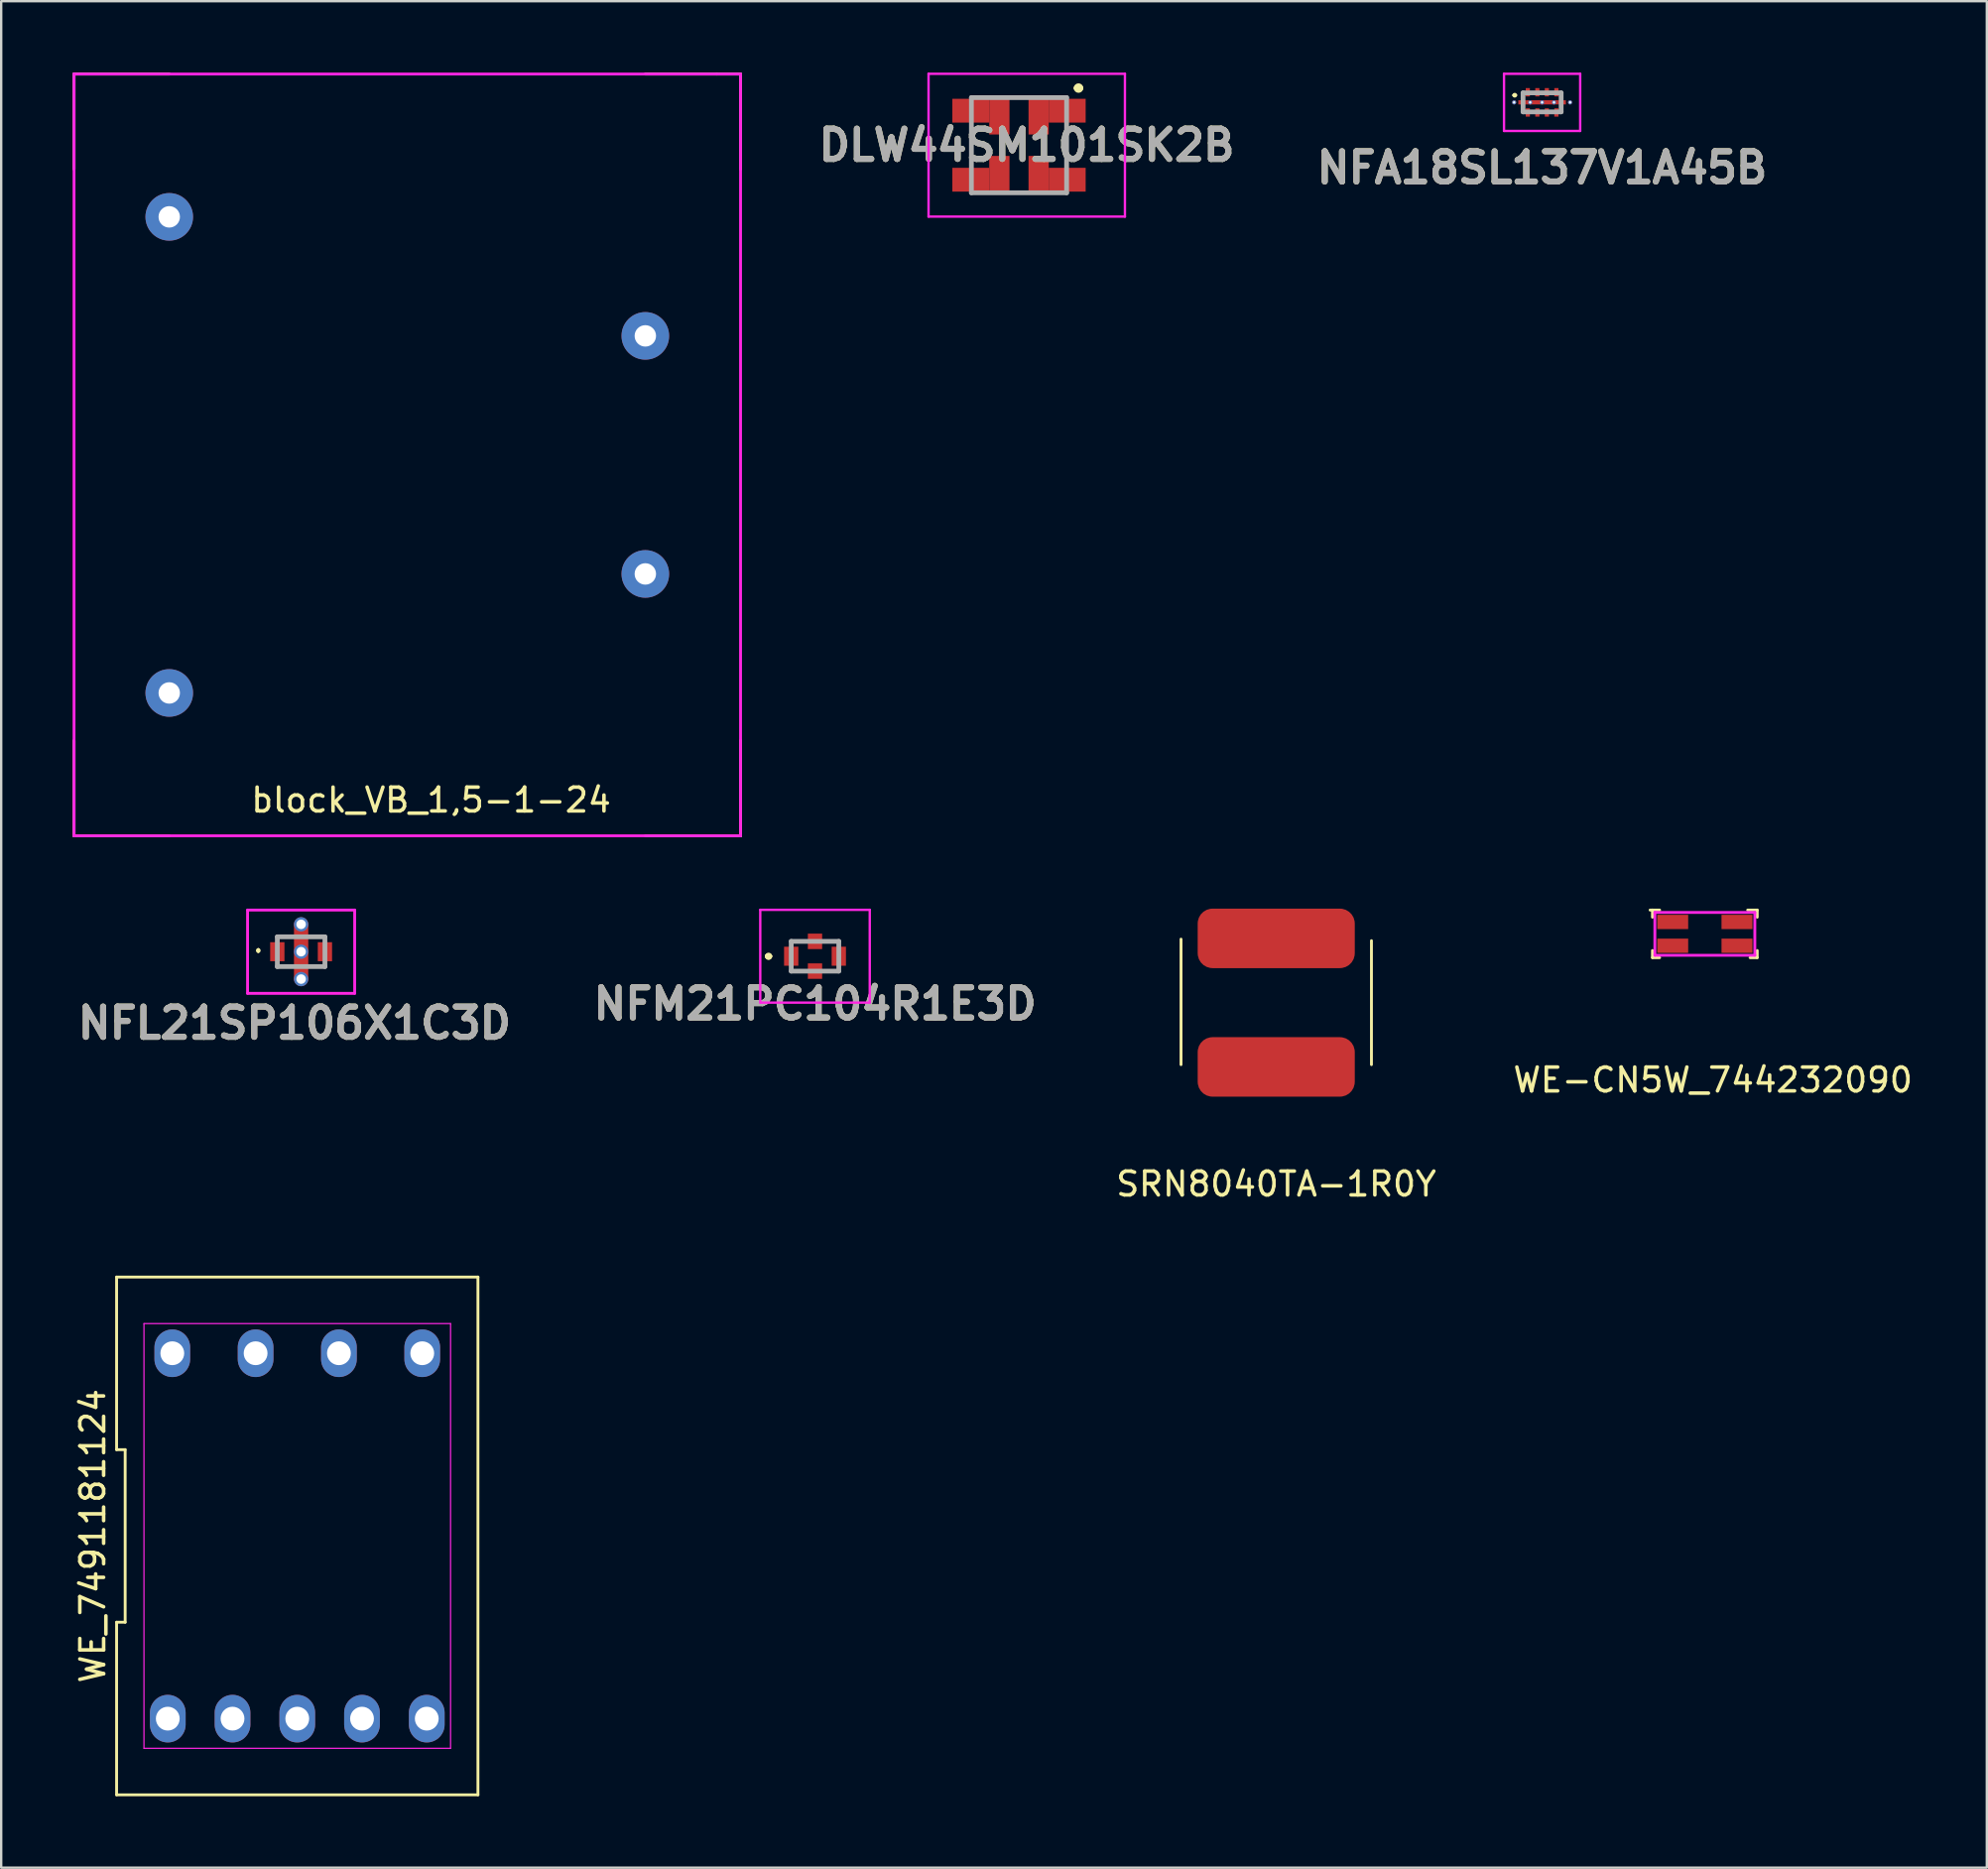
<source format=kicad_pcb>
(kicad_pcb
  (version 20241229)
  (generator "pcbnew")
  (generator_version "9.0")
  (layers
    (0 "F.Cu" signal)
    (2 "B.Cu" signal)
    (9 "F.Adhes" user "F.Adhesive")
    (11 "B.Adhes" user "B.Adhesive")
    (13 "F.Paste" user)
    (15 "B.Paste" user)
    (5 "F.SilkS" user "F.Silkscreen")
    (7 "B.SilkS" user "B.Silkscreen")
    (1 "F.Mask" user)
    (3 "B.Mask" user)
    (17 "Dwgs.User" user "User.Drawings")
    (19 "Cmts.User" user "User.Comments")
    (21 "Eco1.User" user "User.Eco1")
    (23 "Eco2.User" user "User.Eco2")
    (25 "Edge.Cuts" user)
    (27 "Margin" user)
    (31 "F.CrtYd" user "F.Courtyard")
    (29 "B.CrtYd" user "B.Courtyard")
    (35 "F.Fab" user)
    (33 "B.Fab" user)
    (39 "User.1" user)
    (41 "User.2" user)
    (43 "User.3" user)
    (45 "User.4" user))
  (footprint "WE_7491181124"
    (layer "F.Cu")
    (at 9.438 61.473)
    (property "Reference" "WE_7491181124" (at -8.59 0 90) (layer "F.SilkS") (effects (font (size 1 1) (thickness 0.15))))
    (attr through_hole)
    (fp_line (start -7.59 -3.625) (end -7.23 -3.625) (stroke (width 0.12) (type solid)) (layer "F.SilkS"))
    (fp_line (start -7.59 3.625) (end -7.59 10.875) (stroke (width 0.12) (type solid)) (layer "F.SilkS"))
    (fp_line (start -7.59 10.875) (end 7.59 10.875) (stroke (width 0.12) (type solid)) (layer "F.SilkS"))
    (fp_line (start -7.59 -10.875) (end -7.59 -3.625) (stroke (width 0.12) (type solid)) (layer "F.SilkS"))
    (fp_line (start -7.23 -3.625) (end -7.23 3.625) (stroke (width 0.12) (type solid)) (layer "F.SilkS"))
    (fp_line (start -7.23 3.625) (end -7.59 3.625) (stroke (width 0.12) (type solid)) (layer "F.SilkS"))
    (fp_line (start 7.59 10.875) (end 7.59 -10.875) (stroke (width 0.12) (type solid)) (layer "F.SilkS"))
    (fp_line (start 7.59 -10.875) (end -7.59 -10.875) (stroke (width 0.12) (type solid)) (layer "F.SilkS"))
    (fp_line (start -6.44 -8.92) (end 6.44 -8.92) (stroke (width 0.05) (type solid)) (layer "F.CrtYd"))
    (fp_line (start -6.44 8.92) (end -6.44 -8.92) (stroke (width 0.05) (type solid)) (layer "F.CrtYd"))
    (fp_line (start 6.44 -8.92) (end 6.44 8.92) (stroke (width 0.05) (type solid)) (layer "F.CrtYd"))
    (fp_line (start 6.44 8.92) (end -6.44 8.92) (stroke (width 0.05) (type solid)) (layer "F.CrtYd"))
    (pad "1" thru_hole oval (at -5.44 7.675) (size 1.5 2) (drill 1) (layers "*.Cu" "*.Mask"))
    (pad "2" thru_hole oval (at -2.72 7.675) (size 1.5 2) (drill 1) (layers "*.Cu" "*.Mask"))
    (pad "3" thru_hole oval (at 0 7.675) (size 1.5 2) (drill 1) (layers "*.Cu" "*.Mask"))
    (pad "4" thru_hole oval (at 2.72 7.675) (size 1.5 2) (drill 1) (layers "*.Cu" "*.Mask"))
    (pad "5" thru_hole oval (at 5.44 7.675) (size 1.5 2) (drill 1) (layers "*.Cu" "*.Mask"))
    (pad "6" thru_hole oval (at 5.25 -7.675) (size 1.5 2) (drill 1) (layers "*.Cu" "*.Mask"))
    (pad "7" thru_hole oval (at 1.75 -7.675) (size 1.5 2) (drill 1) (layers "*.Cu" "*.Mask"))
    (pad "8" thru_hole oval (at -1.75 -7.675) (size 1.5 2) (drill 1) (layers "*.Cu" "*.Mask"))
    (pad "9" thru_hole oval (at -5.25 -7.675) (size 1.5 2) (drill 1) (layers "*.Cu" "*.Mask")))
  (footprint "DLW44SM101SK2B"
    (layer "F.Cu")
    (at 39.758 3.05)
    (property "Reference" "DLW44SM101SK2B" (at 0.325 0 0) (layer "F.SilkS") (effects (font (size 1.27 1.27) (thickness 0.254))))
    (attr smd)
    (fp_line (start -2 -0.6) (end -2 0.6) (stroke (width 0.1) (type solid)) (layer "F.SilkS"))
    (fp_line (start -2 0.6) (end -2 0.6) (stroke (width 0.1) (type solid)) (layer "F.SilkS"))
    (fp_line (start 2 -0.6) (end 2 0.6) (stroke (width 0.1) (type solid)) (layer "F.SilkS"))
    (fp_line (start 2.4 -2.4) (end 2.4 -2.4) (stroke (width 0.2) (type solid)) (layer "F.SilkS"))
    (fp_line (start 2.6 -2.4) (end 2.6 -2.4) (stroke (width 0.2) (type solid)) (layer "F.SilkS"))
    (fp_arc (start 2.4 -2.4) (mid 2.5 -2.5) (end 2.6 -2.4) (stroke (width 0.2) (type solid)) (layer "F.SilkS"))
    (fp_arc (start 2.6 -2.4) (mid 2.5 -2.3) (end 2.4 -2.4) (stroke (width 0.2) (type solid)) (layer "F.SilkS"))
    (fp_line (start -3.8 -3) (end 4.45 -3) (stroke (width 0.1) (type solid)) (layer "F.CrtYd"))
    (fp_line (start -3.8 3) (end -3.8 -3) (stroke (width 0.1) (type solid)) (layer "F.CrtYd"))
    (fp_line (start 4.45 -3) (end 4.45 3) (stroke (width 0.1) (type solid)) (layer "F.CrtYd"))
    (fp_line (start 4.45 3) (end -3.8 3) (stroke (width 0.1) (type solid)) (layer "F.CrtYd"))
    (fp_line (start -2 -2) (end 2 -2) (stroke (width 0.2) (type solid)) (layer "F.Fab"))
    (fp_line (start -2 2) (end -2 -2) (stroke (width 0.2) (type solid)) (layer "F.Fab"))
    (fp_line (start 2 -2) (end 2 2) (stroke (width 0.2) (type solid)) (layer "F.Fab"))
    (fp_line (start 2 2) (end -2 2) (stroke (width 0.2) (type solid)) (layer "F.Fab"))
    (fp_text user "${REFERENCE}" (at 0.325 0 0) (layer "F.Fab") (effects (font (size 1.27 1.27) (thickness 0.254))))
    (pad "1" smd rect (at 0.825 -1.2) (size 0.85 1.5) (layers "F.Cu" "F.Mask" "F.Paste"))
    (pad "1" smd rect (at 2.025 -1.45 90) (size 1 1.55) (layers "F.Cu" "F.Mask" "F.Paste"))
    (pad "2" smd rect (at -2.025 -1.45 90) (size 1 1.55) (layers "F.Cu" "F.Mask" "F.Paste"))
    (pad "2" smd rect (at -0.825 -1.2) (size 0.85 1.5) (layers "F.Cu" "F.Mask" "F.Paste"))
    (pad "3" smd rect (at -2.025 1.45 90) (size 1 1.55) (layers "F.Cu" "F.Mask" "F.Paste"))
    (pad "3" smd rect (at -0.825 1.2) (size 0.85 1.5) (layers "F.Cu" "F.Mask" "F.Paste"))
    (pad "4" smd rect (at 0.825 1.2) (size 0.85 1.5) (layers "F.Cu" "F.Mask" "F.Paste"))
    (pad "4" smd rect (at 2.025 1.45 90) (size 1 1.55) (layers "F.Cu" "F.Mask" "F.Paste")))
  (footprint "block_VB_1,5-1-24"
    (layer "F.Cu")
    (at 14.06 16.06)
    (property "Reference" "block_VB_1,5-1-24" (at 1 14.5 0) (layer "F.SilkS") (effects (font (size 1 1) (thickness 0.15))))
    (attr through_hole)
    (fp_line (start -14 -16) (end -14 -12) (stroke (width 0.12) (type solid)) (layer "F.SilkS"))
    (fp_line (start -14 -16) (end -10 -16) (stroke (width 0.12) (type solid)) (layer "F.SilkS"))
    (fp_line (start -14 16) (end -14 12) (stroke (width 0.12) (type solid)) (layer "F.SilkS"))
    (fp_line (start -14 16) (end -10 16) (stroke (width 0.12) (type solid)) (layer "F.SilkS"))
    (fp_line (start 13 -16) (end 10 -16) (stroke (width 0.12) (type solid)) (layer "F.SilkS"))
    (fp_line (start 14 -16) (end 13 -16) (stroke (width 0.12) (type solid)) (layer "F.SilkS"))
    (fp_line (start 14 -16) (end 14 -12) (stroke (width 0.12) (type solid)) (layer "F.SilkS"))
    (fp_line (start 14 16) (end 10 16) (stroke (width 0.12) (type solid)) (layer "F.SilkS"))
    (fp_line (start 14 16) (end 14 12) (stroke (width 0.12) (type solid)) (layer "F.SilkS"))
    (fp_line (start -14 -16) (end 14 -16) (stroke (width 0.12) (type solid)) (layer "F.CrtYd"))
    (fp_line (start -14 16) (end -14 -16) (stroke (width 0.12) (type solid)) (layer "F.CrtYd"))
    (fp_line (start 14 -16) (end 14 16) (stroke (width 0.12) (type solid)) (layer "F.CrtYd"))
    (fp_line (start 14 16) (end -14 16) (stroke (width 0.12) (type solid)) (layer "F.CrtYd"))
    (pad "1" thru_hole circle (at -10 -10) (size 2 2) (drill 0.9) (layers "*.Cu" "*.Mask"))
    (pad "2" thru_hole circle (at -10 10) (size 2 2) (drill 0.9) (layers "*.Cu" "*.Mask"))
    (pad "3" thru_hole circle (at 10 -5) (size 2 2) (drill 0.9) (layers "*.Cu" "*.Mask"))
    (pad "4" thru_hole circle (at 10 5) (size 2 2) (drill 0.9) (layers "*.Cu" "*.Mask")))
  (footprint "SRN8040TA-1R0Y"
    (layer "F.Cu")
    (at 50.564 39.07)
    (property "Reference" "SRN8040TA-1R0Y" (at 0 7.62 0) (layer "F.SilkS") (effects (font (size 1 1) (thickness 0.15))))
    (attr through_hole)
    (fp_line (start -4 2.603) (end -4 -2.667) (stroke (width 0.12) (type solid)) (layer "F.SilkS"))
    (fp_line (start 4 2.603) (end 4 -2.603) (stroke (width 0.12) (type solid)) (layer "F.SilkS"))
    (pad "1" smd roundrect (at 0 -2.7) (size 6.6 2.5) (layers "F.Cu" "F.Mask" "F.Paste") (roundrect_rratio 0.25))
    (pad "2" smd roundrect (at 0 2.7) (size 6.6 2.5) (layers "F.Cu" "F.Mask" "F.Paste") (roundrect_rratio 0.25)))
  (footprint "NFL21SP106X1C3D"
    (layer "F.Cu")
    (at 9.6 36.93)
    (property "Reference" "NFL21SP106X1C3D" (at -0.275 3 0) (layer "F.SilkS") (effects (font (size 1.27 1.27) (thickness 0.254))))
    (attr through_hole)
    (fp_line (start -1.8 -0.1) (end -1.8 -0.1) (stroke (width 0.1) (type solid)) (layer "F.SilkS"))
    (fp_line (start -1.8 0) (end -1.8 0) (stroke (width 0.1) (type solid)) (layer "F.SilkS"))
    (fp_line (start -1 0.6) (end -0.6 0.6) (stroke (width 0.1) (type solid)) (layer "F.SilkS"))
    (fp_line (start -0.6 -0.625) (end -1 -0.625) (stroke (width 0.1) (type solid)) (layer "F.SilkS"))
    (fp_line (start 0.6 -0.625) (end 1 -0.625) (stroke (width 0.1) (type solid)) (layer "F.SilkS"))
    (fp_line (start 0.6 0.625) (end 1 0.625) (stroke (width 0.1) (type solid)) (layer "F.SilkS"))
    (fp_arc (start -1.8 -0.1) (mid -1.75 -0.05) (end -1.8 0) (stroke (width 0.1) (type solid)) (layer "F.SilkS"))
    (fp_arc (start -1.8 0) (mid -1.85 -0.05) (end -1.8 -0.1) (stroke (width 0.1) (type solid)) (layer "F.SilkS"))
    (fp_line (start -2.25 -1.75) (end 2.25 -1.75) (stroke (width 0.12) (type solid)) (layer "F.CrtYd"))
    (fp_line (start -2.25 1.75) (end -2.25 -1.75) (stroke (width 0.12) (type solid)) (layer "F.CrtYd"))
    (fp_line (start 2.25 -1.75) (end 2.25 1.75) (stroke (width 0.12) (type solid)) (layer "F.CrtYd"))
    (fp_line (start 2.25 1.75) (end -2.25 1.75) (stroke (width 0.12) (type solid)) (layer "F.CrtYd"))
    (fp_line (start -1 -0.625) (end 1 -0.625) (stroke (width 0.2) (type solid)) (layer "F.Fab"))
    (fp_line (start -1 0.625) (end -1 -0.625) (stroke (width 0.2) (type solid)) (layer "F.Fab"))
    (fp_line (start 1 -0.625) (end 1 0.625) (stroke (width 0.2) (type solid)) (layer "F.Fab"))
    (fp_line (start 1 0.625) (end -1 0.625) (stroke (width 0.2) (type solid)) (layer "F.Fab"))
    (fp_text user "${REFERENCE}" (at -0.275 3 0) (layer "F.Fab") (effects (font (size 1.27 1.27) (thickness 0.254))))
    (pad "1" smd rect (at -1 0) (size 0.6 0.8) (layers "F.Cu" "F.Mask" "F.Paste"))
    (pad "2" thru_hole circle (at 0 -1.15) (size 0.6 0.6) (drill 0.4) (layers "*.Cu" "*.Mask"))
    (pad "2" thru_hole circle (at 0 0) (size 0.6 0.6) (drill 0.4) (layers "*.Cu" "*.Mask"))
    (pad "2" smd rect (at 0 0) (size 0.6 2.4) (layers "F.Cu" "F.Mask" "F.Paste"))
    (pad "2" thru_hole circle (at 0 1.15) (size 0.6 0.6) (drill 0.4) (layers "*.Cu" "*.Mask"))
    (pad "3" smd rect (at 1 0) (size 0.6 0.8) (layers "F.Cu" "F.Mask" "F.Paste")))
  (footprint "NFM21PC104R1E3D"
    (layer "F.Cu")
    (at 31.188 37.12)
    (property "Reference" "NFM21PC104R1E3D" (at 0 2 0) (layer "F.SilkS") (effects (font (size 1.27 1.27) (thickness 0.254))))
    (attr smd)
    (fp_line (start -2 0) (end -2 0) (stroke (width 0.2) (type solid)) (layer "F.SilkS"))
    (fp_line (start -2 0) (end -2 0) (stroke (width 0.2) (type solid)) (layer "F.SilkS"))
    (fp_line (start -1.9 0) (end -1.9 0) (stroke (width 0.2) (type solid)) (layer "F.SilkS"))
    (fp_arc (start -2 0) (mid -1.95 -0.05) (end -1.9 0) (stroke (width 0.2) (type solid)) (layer "F.SilkS"))
    (fp_arc (start -1.9 0) (mid -1.95 0.05) (end -2 0) (stroke (width 0.2) (type solid)) (layer "F.SilkS"))
    (fp_arc (start -1.9 0) (mid -1.95 0.05) (end -2 0) (stroke (width 0.2) (type solid)) (layer "F.SilkS"))
    (fp_line (start -2.3 -1.95) (end 2.3 -1.95) (stroke (width 0.1) (type solid)) (layer "F.CrtYd"))
    (fp_line (start -2.3 1.95) (end -2.3 -1.95) (stroke (width 0.1) (type solid)) (layer "F.CrtYd"))
    (fp_line (start 2.3 -1.95) (end 2.3 1.95) (stroke (width 0.1) (type solid)) (layer "F.CrtYd"))
    (fp_line (start 2.3 1.95) (end -2.3 1.95) (stroke (width 0.1) (type solid)) (layer "F.CrtYd"))
    (fp_line (start -1 -0.625) (end -1 0.625) (stroke (width 0.2) (type solid)) (layer "F.Fab"))
    (fp_line (start -1 0.625) (end 1 0.625) (stroke (width 0.2) (type solid)) (layer "F.Fab"))
    (fp_line (start 1 -0.625) (end -1 -0.625) (stroke (width 0.2) (type solid)) (layer "F.Fab"))
    (fp_line (start 1 0.625) (end 1 -0.625) (stroke (width 0.2) (type solid)) (layer "F.Fab"))
    (fp_text user "${REFERENCE}" (at 0 2 0) (layer "F.Fab") (effects (font (size 1.27 1.27) (thickness 0.254))))
    (pad "1" smd rect (at -1 0) (size 0.6 0.8) (layers "F.Cu" "F.Mask" "F.Paste"))
    (pad "2" smd rect (at 0 -0.625) (size 0.6 0.65) (layers "F.Cu" "F.Mask" "F.Paste"))
    (pad "2" smd rect (at 0 0.625) (size 0.6 0.65) (layers "F.Cu" "F.Mask" "F.Paste"))
    (pad "3" smd rect (at 1 0) (size 0.6 0.8) (layers "F.Cu" "F.Mask" "F.Paste")))
  (footprint "WE-CN5W_744232090"
    (layer "F.Cu")
    (at 68.57 36.18)
    (property "Reference" "WE-CN5W_744232090" (at 0.34 6.14 0) (layer "F.SilkS") (effects (font (size 1 1) (thickness 0.15))))
    (attr through_hole)
    (fp_line (start -2.3 -1) (end -2.2 -1) (stroke (width 0.12) (type solid)) (layer "F.SilkS"))
    (fp_line (start -2.2 -1) (end -1.9 -1) (stroke (width 0.12) (type solid)) (layer "F.SilkS"))
    (fp_line (start -2.2 -0.7) (end -2.2 -1) (stroke (width 0.12) (type solid)) (layer "F.SilkS"))
    (fp_line (start -2.2 0.7) (end -2.2 1) (stroke (width 0.12) (type solid)) (layer "F.SilkS"))
    (fp_line (start -2.2 1) (end -1.9 1) (stroke (width 0.12) (type solid)) (layer "F.SilkS"))
    (fp_line (start 1.8 -1) (end 2.2 -1) (stroke (width 0.12) (type solid)) (layer "F.SilkS"))
    (fp_line (start 1.9 1) (end 2.2 1) (stroke (width 0.12) (type solid)) (layer "F.SilkS"))
    (fp_line (start 2.2 -1) (end 2.2 -0.7) (stroke (width 0.12) (type solid)) (layer "F.SilkS"))
    (fp_line (start 2.2 1) (end 2.2 0.7) (stroke (width 0.12) (type solid)) (layer "F.SilkS"))
    (fp_line (start -2.1 -0.9) (end 2.1 -0.9) (stroke (width 0.12) (type solid)) (layer "F.CrtYd"))
    (fp_line (start -2.1 0.9) (end -2.1 -0.9) (stroke (width 0.12) (type solid)) (layer "F.CrtYd"))
    (fp_line (start 2.1 -0.9) (end 2.1 0.9) (stroke (width 0.12) (type solid)) (layer "F.CrtYd"))
    (fp_line (start 2.1 0.9) (end -2.1 0.9) (stroke (width 0.12) (type solid)) (layer "F.CrtYd"))
    (pad "1" smd rect (at -1.35 -0.5) (size 1.3 0.6) (layers "F.Cu" "F.Mask" "F.Paste"))
    (pad "2" smd rect (at 1.35 -0.5) (size 1.3 0.6) (layers "F.Cu" "F.Mask" "F.Paste"))
    (pad "3" smd rect (at -1.35 0.5) (size 1.3 0.6) (layers "F.Cu" "F.Mask" "F.Paste"))
    (pad "4" smd rect (at 1.35 0.5) (size 1.3 0.6) (layers "F.Cu" "F.Mask" "F.Paste")))
  (footprint "NFA18SL137V1A45B"
    (layer "F.Cu")
    (at 61.733 1.25)
    (property "Reference" "NFA18SL137V1A45B" (at 0 2.75 0) (layer "F.SilkS") (effects (font (size 1.27 1.27) (thickness 0.254))))
    (attr through_hole)
    (fp_line (start -1.2 -0.3) (end -1.2 -0.3) (stroke (width 0.1) (type solid)) (layer "F.SilkS"))
    (fp_line (start -1.1 -0.3) (end -1.1 -0.3) (stroke (width 0.1) (type solid)) (layer "F.SilkS"))
    (fp_arc (start -1.2 -0.3) (mid -1.15 -0.35) (end -1.1 -0.3) (stroke (width 0.1) (type solid)) (layer "F.SilkS"))
    (fp_arc (start -1.1 -0.3) (mid -1.15 -0.25) (end -1.2 -0.3) (stroke (width 0.1) (type solid)) (layer "F.SilkS"))
    (fp_line (start -1.6 -1.2) (end 1.6 -1.2) (stroke (width 0.1) (type solid)) (layer "F.CrtYd"))
    (fp_line (start -1.6 1.2) (end -1.6 -1.2) (stroke (width 0.1) (type solid)) (layer "F.CrtYd"))
    (fp_line (start 1.6 -1.2) (end 1.6 1.2) (stroke (width 0.1) (type solid)) (layer "F.CrtYd"))
    (fp_line (start 1.6 1.2) (end -1.6 1.2) (stroke (width 0.1) (type solid)) (layer "F.CrtYd"))
    (fp_line (start -0.8 -0.4) (end 0.8 -0.4) (stroke (width 0.2) (type solid)) (layer "F.Fab"))
    (fp_line (start -0.8 0.4) (end -0.8 -0.4) (stroke (width 0.2) (type solid)) (layer "F.Fab"))
    (fp_line (start 0.8 -0.4) (end 0.8 0.4) (stroke (width 0.2) (type solid)) (layer "F.Fab"))
    (fp_line (start 0.8 0.4) (end -0.8 0.4) (stroke (width 0.2) (type solid)) (layer "F.Fab"))
    (fp_text user "${REFERENCE}" (at 0 2.75 0) (layer "F.Fab") (effects (font (size 1.27 1.27) (thickness 0.254))))
    (pad "1" thru_hole circle (at -1.175 0) (size 0.175 0.175) (drill 0.1) (layers "*.Cu" "*.Mask"))
    (pad "1" smd rect (at -0.825 0 90) (size 0.175 0.35) (layers "F.Cu" "F.Mask" "F.Paste"))
    (pad "1" thru_hole circle (at -0.5 0) (size 0.175 0.175) (drill 0.1) (layers "*.Cu" "*.Mask"))
    (pad "1" thru_hole circle (at 0 0) (size 0.175 0.175) (drill 0.1) (layers "*.Cu" "*.Mask"))
    (pad "1" smd rect (at 0 0 90) (size 0.175 1.3) (layers "F.Cu" "F.Mask" "F.Paste"))
    (pad "1" thru_hole circle (at 0.5 0) (size 0.175 0.175) (drill 0.1) (layers "*.Cu" "*.Mask"))
    (pad "1" smd rect (at 0.825 0 90) (size 0.175 0.35) (layers "F.Cu" "F.Mask" "F.Paste"))
    (pad "2" thru_hole circle (at 1.175 0) (size 0.175 0.175) (drill 0.1) (layers "*.Cu" "*.Mask"))
    (pad "3" smd rect (at -0.6 -0.425) (size 0.175 0.35) (layers "F.Cu" "F.Mask" "F.Paste"))
    (pad "4" smd rect (at -0.2 -0.425) (size 0.175 0.35) (layers "F.Cu" "F.Mask" "F.Paste"))
    (pad "5" smd rect (at 0.2 -0.425) (size 0.175 0.35) (layers "F.Cu" "F.Mask" "F.Paste"))
    (pad "6" smd rect (at 0.6 -0.425) (size 0.175 0.35) (layers "F.Cu" "F.Mask" "F.Paste"))
    (pad "7" smd rect (at -0.6 0.425) (size 0.175 0.35) (layers "F.Cu" "F.Mask" "F.Paste"))
    (pad "8" smd rect (at -0.2 0.425) (size 0.175 0.35) (layers "F.Cu" "F.Mask" "F.Paste"))
    (pad "9" smd rect (at 0.2 0.425) (size 0.175 0.35) (layers "F.Cu" "F.Mask" "F.Paste"))
    (pad "10" smd rect (at 0.6 0.425) (size 0.175 0.35) (layers "F.Cu" "F.Mask" "F.Paste")))
  (gr_rect
    (start -3 -3)
    (end 80.416 75.408)
    (stroke (width 0.1) (type default))
    (fill no)
    (layer "Edge.Cuts")))
</source>
